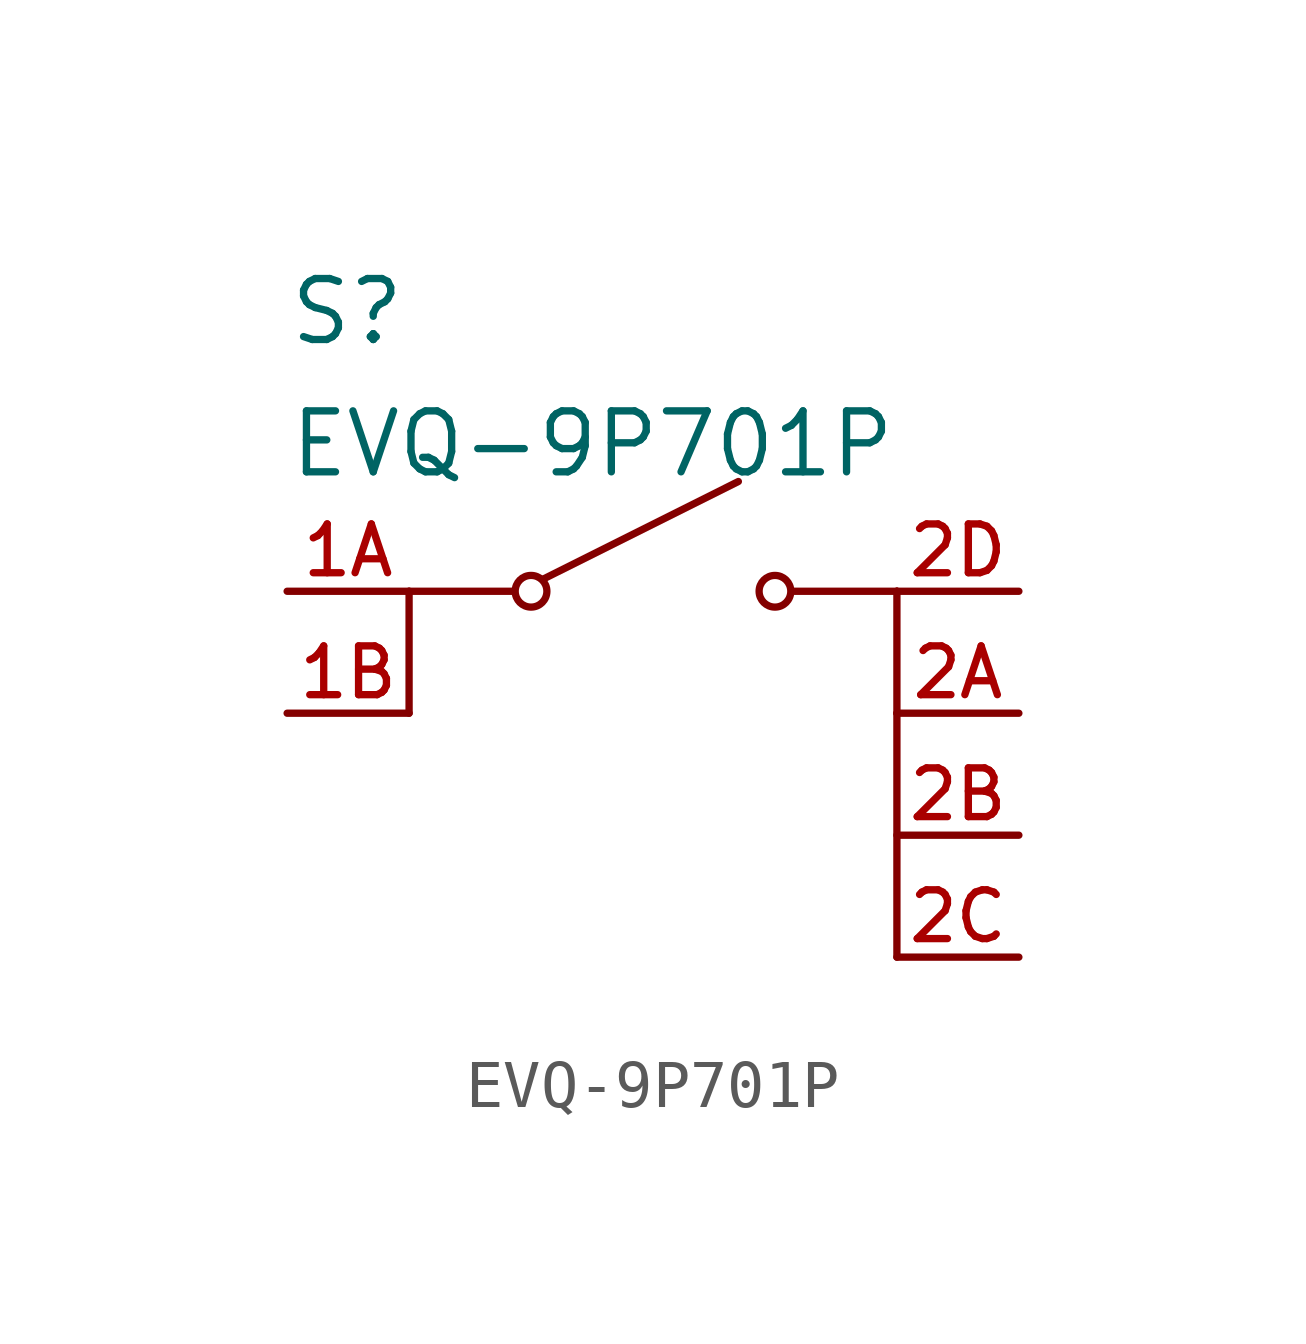
<source format=kicad_sym>
(kicad_symbol_lib
  (version 20241209)
  (generator "kicad_symbol_editor")
  (generator_version "9.0")
  (symbol "EVQ-9P701P"
    (pin_names
      (offset 1.016))
    (property "Reference" "S"
      (at -7.62 5.08 0)
      (effects (font (size 1.27 1.27)) (justify left bottom)))
    (property "Value" "EVQ-9P701P"
      (at -7.62 3.81 0)
      (effects (font (size 1.27 1.27)) (justify left top)))
    (symbol "EVQ-9P701P_0_0"
      (polyline (pts (xy -2.921 0) (xy -5.08 0)) (stroke (width 0.152) (type default)) (fill (type none)))
      (circle (center -2.54 0) (radius 0.33) (stroke (width 0.152) (type default)) (fill (type none)))
      (polyline (pts (xy -2.286 0.254) (xy 1.778 2.286)) (stroke (width 0.152) (type default)) (fill (type none)))
      (circle (center 2.54 0) (radius 0.33) (stroke (width 0.152) (type default)) (fill (type none)))
      (polyline (pts (xy 5.08 0) (xy 2.921 0)) (stroke (width 0.152) (type default)) (fill (type none)))
      (pin passive line (at -7.62 0 0) (length 2.54) (name "~" (effects (font (size 1.016 1.016)))) (number "1A" (effects (font (size 1.016 1.016)))))
      (pin passive line (at -7.62 -2.54 0) (length 2.54) (name "~" (effects (font (size 1.016 1.016)))) (number "1B" (effects (font (size 1.016 1.016)))))
      (pin passive line (at 7.62 0 180) (length 2.54) (name "~" (effects (font (size 1.016 1.016)))) (number "2D" (effects (font (size 1.016 1.016)))))
      (pin passive line (at 7.62 -2.54 180) (length 2.54) (name "~" (effects (font (size 1.016 1.016)))) (number "2A" (effects (font (size 1.016 1.016)))))
      (pin passive line (at 7.62 -5.08 180) (length 2.54) (name "~" (effects (font (size 1.016 1.016)))) (number "2B" (effects (font (size 1.016 1.016)))))
      (pin passive line (at 7.62 -7.62 180) (length 2.54) (name "~" (effects (font (size 1.016 1.016)))) (number "2C" (effects (font (size 1.016 1.016))))))
    (symbol "EVQ-9P701P_0_1"
      (polyline (pts (xy -5.08 -2.54) (xy -5.08 0)) (stroke (width 0) (type default)) (fill (type none)))
      (polyline (pts (xy 5.08 0) (xy 5.08 0)) (stroke (width 0) (type default)) (fill (type none)))
      (polyline (pts (xy 5.08 -2.54) (xy 5.08 0)) (stroke (width 0) (type default)) (fill (type none)))
      (polyline (pts (xy 5.08 -7.62) (xy 5.08 -2.54)) (stroke (width 0) (type default)) (fill (type none))))))
</source>
